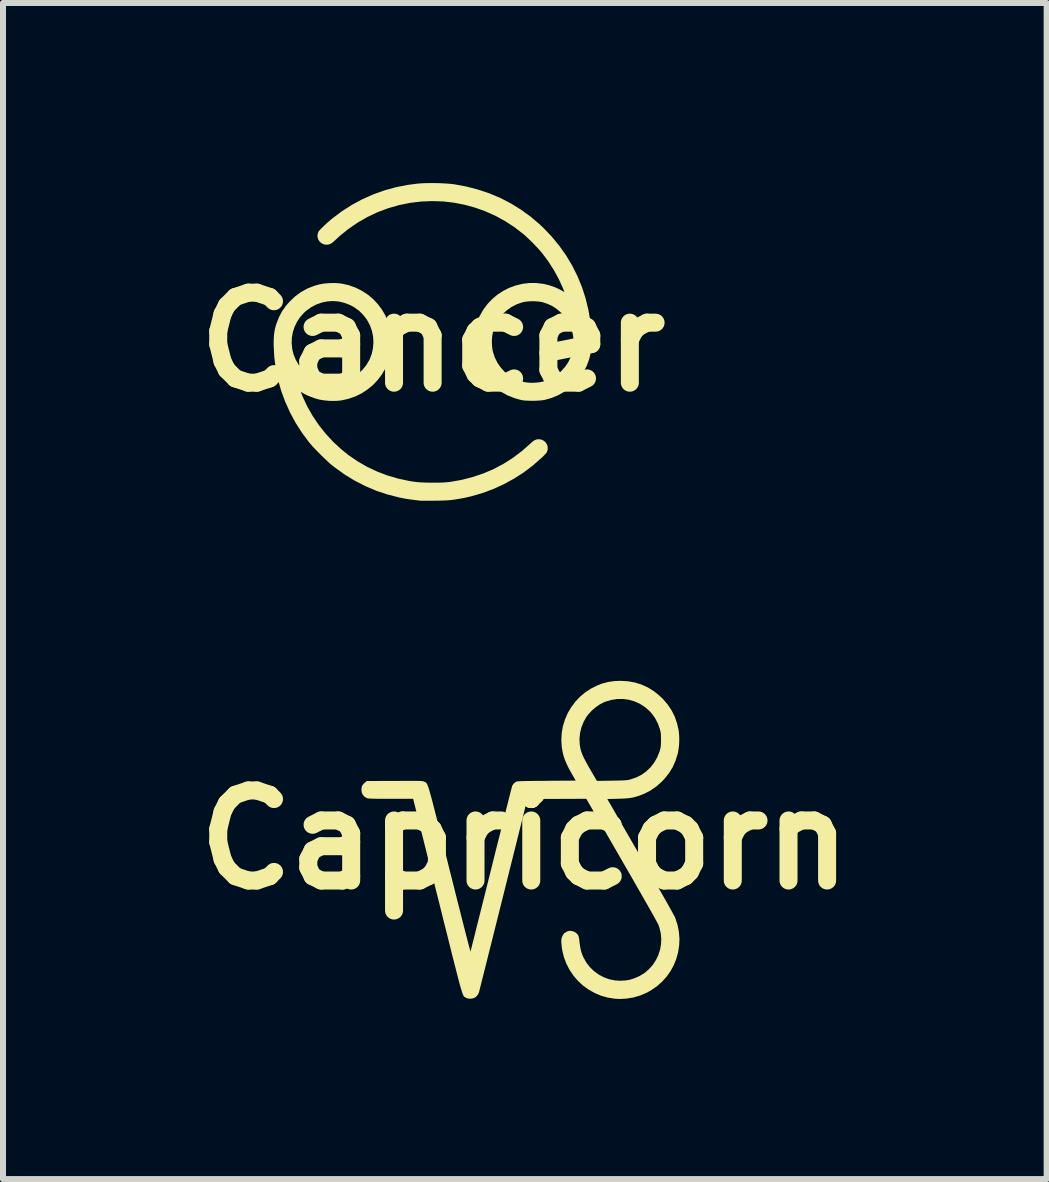
<source format=kicad_pcb>
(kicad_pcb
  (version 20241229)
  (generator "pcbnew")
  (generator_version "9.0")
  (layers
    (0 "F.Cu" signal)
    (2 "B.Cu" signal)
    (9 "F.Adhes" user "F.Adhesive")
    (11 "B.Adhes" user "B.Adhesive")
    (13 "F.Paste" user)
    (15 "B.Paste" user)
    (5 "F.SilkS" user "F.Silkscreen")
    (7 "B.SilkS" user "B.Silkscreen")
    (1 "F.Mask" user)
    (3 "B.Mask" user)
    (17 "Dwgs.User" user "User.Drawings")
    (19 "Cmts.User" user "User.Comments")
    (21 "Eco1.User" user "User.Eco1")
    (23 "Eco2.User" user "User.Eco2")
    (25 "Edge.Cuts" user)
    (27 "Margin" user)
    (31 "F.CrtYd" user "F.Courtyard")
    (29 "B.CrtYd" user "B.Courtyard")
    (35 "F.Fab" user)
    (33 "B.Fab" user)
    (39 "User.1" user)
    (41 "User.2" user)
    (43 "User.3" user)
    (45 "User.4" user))
  (footprint "Capricorn"
    (layer "F.Cu")
    (at 5.693 10.94)
    (property "Reference" "Capricorn" (at 0 0 0) (layer "F.SilkS") (effects (font (size 1.5 1.5) (thickness 0.3))))
    (attr board_only exclude_from_pos_files exclude_from_bom)
    (fp_poly (pts (xy 1.716 -2.641) (xy 1.834 -2.62) (xy 1.946 -2.585) (xy 2.053 -2.536) (xy 2.154 -2.473) (xy 2.248 -2.396) (xy 2.298 -2.349) (xy 2.378 -2.256) (xy 2.445 -2.156) (xy 2.498 -2.05) (xy 2.537 -1.937) (xy 2.563 -1.82) (xy 2.57 -1.751) (xy 2.573 -1.673) (xy 2.57 -1.593) (xy 2.562 -1.516) (xy 2.55 -1.447) (xy 2.547 -1.433) (xy 2.511 -1.318) (xy 2.464 -1.211) (xy 2.403 -1.112) (xy 2.329 -1.019) (xy 2.281 -0.968) (xy 2.19 -0.887) (xy 2.092 -0.82) (xy 1.987 -0.766) (xy 1.907 -0.735) (xy 1.861 -0.721) (xy 1.82 -0.709) (xy 1.779 -0.701) (xy 1.737 -0.694) (xy 1.69 -0.69) (xy 1.635 -0.686) (xy 1.569 -0.684) (xy 1.548 -0.683) (xy 1.374 -0.679) (xy 1.927 0.279) (xy 2.001 0.407) (xy 2.072 0.529) (xy 2.138 0.644) (xy 2.199 0.752) (xy 2.256 0.851) (xy 2.308 0.943) (xy 2.355 1.025) (xy 2.396 1.098) (xy 2.431 1.16) (xy 2.459 1.212) (xy 2.481 1.253) (xy 2.497 1.281) (xy 2.505 1.298) (xy 2.505 1.299) (xy 2.543 1.414) (xy 2.566 1.53) (xy 2.576 1.646) (xy 2.571 1.76) (xy 2.554 1.873) (xy 2.524 1.982) (xy 2.482 2.087) (xy 2.428 2.187) (xy 2.362 2.28) (xy 2.285 2.365) (xy 2.198 2.442) (xy 2.1 2.509) (xy 2.032 2.547) (xy 1.922 2.594) (xy 1.808 2.627) (xy 1.69 2.646) (xy 1.573 2.652) (xy 1.495 2.647) (xy 1.378 2.628) (xy 1.266 2.596) (xy 1.159 2.55) (xy 1.059 2.493) (xy 0.966 2.425) (xy 0.882 2.347) (xy 0.808 2.26) (xy 0.744 2.164) (xy 0.691 2.062) (xy 0.65 1.952) (xy 0.623 1.837) (xy 0.619 1.813) (xy 0.612 1.754) (xy 0.608 1.707) (xy 0.608 1.669) (xy 0.613 1.637) (xy 0.623 1.61) (xy 0.629 1.597) (xy 0.645 1.571) (xy 0.663 1.552) (xy 0.69 1.536) (xy 0.69 1.535) (xy 0.717 1.523) (xy 0.738 1.517) (xy 0.761 1.517) (xy 0.772 1.518) (xy 0.816 1.529) (xy 0.854 1.551) (xy 0.883 1.582) (xy 0.888 1.589) (xy 0.896 1.611) (xy 0.904 1.645) (xy 0.91 1.693) (xy 0.911 1.705) (xy 0.92 1.77) (xy 0.93 1.825) (xy 0.943 1.874) (xy 0.96 1.921) (xy 0.976 1.957) (xy 1.024 2.044) (xy 1.084 2.122) (xy 1.154 2.189) (xy 1.232 2.246) (xy 1.317 2.291) (xy 1.408 2.324) (xy 1.504 2.343) (xy 1.589 2.348) (xy 1.674 2.344) (xy 1.751 2.331) (xy 1.827 2.307) (xy 1.905 2.272) (xy 1.914 2.268) (xy 1.996 2.217) (xy 2.068 2.155) (xy 2.131 2.085) (xy 2.182 2.007) (xy 2.223 1.923) (xy 2.252 1.834) (xy 2.269 1.742) (xy 2.273 1.648) (xy 2.264 1.554) (xy 2.241 1.46) (xy 2.222 1.408) (xy 2.215 1.395) (xy 2.201 1.369) (xy 2.18 1.331) (xy 2.154 1.283) (xy 2.121 1.224) (xy 2.083 1.157) (xy 2.04 1.081) (xy 1.992 0.998) (xy 1.941 0.907) (xy 1.885 0.811) (xy 1.827 0.709) (xy 1.766 0.602) (xy 1.702 0.491) (xy 1.636 0.378) (xy 1.609 0.33) (xy 1.024 -0.683) (xy 0.533 -0.681) (xy 0.042 -0.679) (xy -0.357 0.919) (xy -0.395 1.071) (xy -0.432 1.219) (xy -0.468 1.363) (xy -0.503 1.502) (xy -0.536 1.635) (xy -0.568 1.761) (xy -0.598 1.881) (xy -0.626 1.993) (xy -0.652 2.097) (xy -0.676 2.191) (xy -0.697 2.276) (xy -0.716 2.351) (xy -0.732 2.414) (xy -0.745 2.466) (xy -0.755 2.505) (xy -0.761 2.531) (xy -0.765 2.544) (xy -0.765 2.545) (xy -0.784 2.583) (xy -0.814 2.616) (xy -0.842 2.634) (xy -0.874 2.644) (xy -0.91 2.648) (xy -0.947 2.644) (xy -0.978 2.634) (xy -0.988 2.628) (xy -0.994 2.624) (xy -0.999 2.62) (xy -1.005 2.617) (xy -1.01 2.612) (xy -1.015 2.607) (xy -1.02 2.6) (xy -1.025 2.59) (xy -1.031 2.578) (xy -1.037 2.562) (xy -1.044 2.542) (xy -1.052 2.518) (xy -1.061 2.488) (xy -1.071 2.453) (xy -1.083 2.411) (xy -1.096 2.363) (xy -1.111 2.307) (xy -1.127 2.243) (xy -1.146 2.17) (xy -1.167 2.088) (xy -1.19 1.997) (xy -1.216 1.895) (xy -1.244 1.782) (xy -1.275 1.658) (xy -1.309 1.522) (xy -1.347 1.373) (xy -1.387 1.211) (xy -1.431 1.035) (xy -1.448 0.968) (xy -1.486 0.816) (xy -1.523 0.668) (xy -1.559 0.524) (xy -1.593 0.386) (xy -1.626 0.253) (xy -1.658 0.126) (xy -1.688 0.007) (xy -1.716 -0.105) (xy -1.742 -0.209) (xy -1.765 -0.303) (xy -1.787 -0.388) (xy -1.805 -0.462) (xy -1.821 -0.525) (xy -1.834 -0.577) (xy -1.844 -0.616) (xy -1.85 -0.642) (xy -1.853 -0.654) (xy -1.853 -0.655) (xy -1.861 -0.683) (xy -2.232 -0.683) (xy -2.318 -0.683) (xy -2.391 -0.683) (xy -2.451 -0.683) (xy -2.5 -0.684) (xy -2.538 -0.685) (xy -2.569 -0.686) (xy -2.592 -0.687) (xy -2.609 -0.689) (xy -2.621 -0.691) (xy -2.63 -0.694) (xy -2.631 -0.694) (xy -2.672 -0.718) (xy -2.701 -0.752) (xy -2.718 -0.793) (xy -2.722 -0.842) (xy -2.722 -0.845) (xy -2.717 -0.879) (xy -2.707 -0.906) (xy -2.688 -0.931) (xy -2.66 -0.956) (xy -2.632 -0.979) (xy -2.17 -0.981) (xy -2.075 -0.981) (xy -1.994 -0.982) (xy -1.926 -0.982) (xy -1.869 -0.982) (xy -1.823 -0.982) (xy -1.786 -0.981) (xy -1.756 -0.981) (xy -1.733 -0.979) (xy -1.716 -0.978) (xy -1.703 -0.976) (xy -1.693 -0.974) (xy -1.686 -0.972) (xy -1.679 -0.969) (xy -1.675 -0.967) (xy -1.668 -0.964) (xy -1.661 -0.961) (xy -1.655 -0.958) (xy -1.649 -0.955) (xy -1.643 -0.95) (xy -1.638 -0.943) (xy -1.632 -0.934) (xy -1.625 -0.922) (xy -1.619 -0.906) (xy -1.611 -0.886) (xy -1.602 -0.861) (xy -1.593 -0.83) (xy -1.582 -0.793) (xy -1.57 -0.749) (xy -1.556 -0.698) (xy -1.54 -0.639) (xy -1.523 -0.572) (xy -1.503 -0.495) (xy -1.481 -0.408) (xy -1.456 -0.311) (xy -1.429 -0.203) (xy -1.399 -0.084) (xy -1.366 0.048) (xy -1.33 0.193) (xy -1.29 0.351) (xy -1.257 0.486) (xy -1.221 0.627) (xy -1.187 0.763) (xy -1.154 0.895) (xy -1.122 1.022) (xy -1.091 1.142) (xy -1.063 1.255) (xy -1.036 1.361) (xy -1.011 1.459) (xy -0.988 1.548) (xy -0.968 1.627) (xy -0.95 1.696) (xy -0.935 1.754) (xy -0.922 1.8) (xy -0.913 1.833) (xy -0.908 1.854) (xy -0.905 1.86) (xy -0.905 1.86) (xy -0.903 1.852) (xy -0.897 1.83) (xy -0.888 1.795) (xy -0.876 1.747) (xy -0.861 1.688) (xy -0.843 1.617) (xy -0.823 1.537) (xy -0.801 1.447) (xy -0.776 1.348) (xy -0.749 1.241) (xy -0.72 1.126) (xy -0.69 1.005) (xy -0.658 0.878) (xy -0.625 0.746) (xy -0.591 0.609) (xy -0.559 0.481) (xy -0.524 0.341) (xy -0.49 0.204) (xy -0.457 0.072) (xy -0.425 -0.054) (xy -0.394 -0.175) (xy -0.366 -0.289) (xy -0.339 -0.396) (xy -0.314 -0.494) (xy -0.291 -0.584) (xy -0.271 -0.664) (xy -0.253 -0.734) (xy -0.238 -0.793) (xy -0.226 -0.84) (xy -0.217 -0.874) (xy -0.211 -0.896) (xy -0.209 -0.903) (xy -0.186 -0.935) (xy -0.155 -0.961) (xy -0.146 -0.967) (xy -0.141 -0.969) (xy -0.132 -0.971) (xy -0.12 -0.973) (xy -0.104 -0.975) (xy -0.082 -0.976) (xy -0.052 -0.977) (xy -0.015 -0.978) (xy 0.031 -0.979) (xy 0.088 -0.98) (xy 0.156 -0.981) (xy 0.236 -0.982) (xy 0.33 -0.982) (xy 0.362 -0.983) (xy 0.848 -0.986) (xy 0.779 -1.106) (xy 0.733 -1.189) (xy 0.697 -1.262) (xy 0.668 -1.331) (xy 0.646 -1.396) (xy 0.63 -1.461) (xy 0.618 -1.529) (xy 0.615 -1.547) (xy 0.608 -1.665) (xy 0.609 -1.681) (xy 0.91 -1.681) (xy 0.915 -1.587) (xy 0.922 -1.544) (xy 0.93 -1.503) (xy 0.942 -1.463) (xy 0.958 -1.421) (xy 0.979 -1.374) (xy 1.006 -1.321) (xy 1.039 -1.26) (xy 1.074 -1.198) (xy 1.102 -1.15) (xy 1.128 -1.105) (xy 1.151 -1.066) (xy 1.17 -1.034) (xy 1.183 -1.011) (xy 1.19 -0.999) (xy 1.19 -0.999) (xy 1.202 -0.981) (xy 1.447 -0.985) (xy 1.516 -0.986) (xy 1.571 -0.987) (xy 1.616 -0.988) (xy 1.652 -0.99) (xy 1.681 -0.992) (xy 1.704 -0.994) (xy 1.724 -0.997) (xy 1.742 -1.001) (xy 1.754 -1.004) (xy 1.851 -1.037) (xy 1.941 -1.081) (xy 2.021 -1.138) (xy 2.093 -1.206) (xy 2.154 -1.284) (xy 2.204 -1.371) (xy 2.243 -1.468) (xy 2.248 -1.483) (xy 2.256 -1.511) (xy 2.262 -1.537) (xy 2.265 -1.563) (xy 2.267 -1.593) (xy 2.268 -1.633) (xy 2.269 -1.662) (xy 2.268 -1.709) (xy 2.267 -1.746) (xy 2.265 -1.776) (xy 2.26 -1.802) (xy 2.254 -1.83) (xy 2.252 -1.837) (xy 2.218 -1.934) (xy 2.173 -2.022) (xy 2.115 -2.103) (xy 2.073 -2.149) (xy 1.997 -2.214) (xy 1.914 -2.267) (xy 1.826 -2.306) (xy 1.733 -2.333) (xy 1.637 -2.346) (xy 1.54 -2.345) (xy 1.441 -2.33) (xy 1.344 -2.301) (xy 1.318 -2.291) (xy 1.248 -2.255) (xy 1.18 -2.208) (xy 1.115 -2.152) (xy 1.059 -2.091) (xy 1.025 -2.046) (xy 0.978 -1.961) (xy 0.942 -1.871) (xy 0.92 -1.776) (xy 0.91 -1.681) (xy 0.609 -1.681) (xy 0.615 -1.781) (xy 0.635 -1.895) (xy 0.669 -2.004) (xy 0.714 -2.109) (xy 0.772 -2.207) (xy 0.84 -2.299) (xy 0.918 -2.382) (xy 1.006 -2.456) (xy 1.104 -2.52) (xy 1.209 -2.572) (xy 1.289 -2.603) (xy 1.389 -2.629) (xy 1.494 -2.644) (xy 1.594 -2.648)) (stroke (width 0) (type solid)) (fill yes) (layer "F.SilkS")))
  (footprint "Cancer"
    (layer "F.Cu")
    (at 4.157 2.647)
    (property "Reference" "Cancer" (at 0 0 0) (layer "F.SilkS") (effects (font (size 1.5 1.5) (thickness 0.3))))
    (attr board_only exclude_from_pos_files exclude_from_bom)
    (fp_poly (pts (xy 0.04 -2.647) (xy 0.124 -2.645) (xy 0.204 -2.641) (xy 0.278 -2.636) (xy 0.342 -2.629) (xy 0.36 -2.627) (xy 0.564 -2.589) (xy 0.76 -2.538) (xy 0.948 -2.475) (xy 1.13 -2.398) (xy 1.304 -2.308) (xy 1.471 -2.205) (xy 1.631 -2.089) (xy 1.783 -1.96) (xy 1.846 -1.9) (xy 1.985 -1.755) (xy 2.111 -1.601) (xy 2.225 -1.44) (xy 2.326 -1.271) (xy 2.413 -1.096) (xy 2.488 -0.914) (xy 2.549 -0.725) (xy 2.596 -0.53) (xy 2.63 -0.33) (xy 2.64 -0.241) (xy 2.644 -0.189) (xy 2.647 -0.129) (xy 2.648 -0.066) (xy 2.648 -0.002) (xy 2.646 0.058) (xy 2.643 0.112) (xy 2.639 0.156) (xy 2.636 0.17) (xy 2.609 0.285) (xy 2.568 0.396) (xy 2.514 0.499) (xy 2.449 0.595) (xy 2.373 0.683) (xy 2.287 0.762) (xy 2.192 0.83) (xy 2.089 0.888) (xy 1.979 0.933) (xy 1.87 0.964) (xy 1.834 0.97) (xy 1.786 0.975) (xy 1.731 0.978) (xy 1.673 0.98) (xy 1.616 0.979) (xy 1.563 0.977) (xy 1.519 0.974) (xy 1.501 0.971) (xy 1.466 0.964) (xy 1.423 0.953) (xy 1.38 0.94) (xy 1.36 0.934) (xy 1.245 0.888) (xy 1.139 0.83) (xy 1.042 0.76) (xy 0.955 0.679) (xy 0.878 0.587) (xy 0.811 0.485) (xy 0.776 0.416) (xy 0.732 0.307) (xy 0.702 0.193) (xy 0.686 0.077) (xy 0.685 -0.016) (xy 0.987 -0.016) (xy 0.989 0.06) (xy 0.998 0.132) (xy 1.004 0.16) (xy 1.035 0.256) (xy 1.079 0.345) (xy 1.134 0.425) (xy 1.2 0.497) (xy 1.276 0.558) (xy 1.36 0.609) (xy 1.451 0.647) (xy 1.544 0.671) (xy 1.597 0.678) (xy 1.658 0.68) (xy 1.722 0.677) (xy 1.783 0.671) (xy 1.832 0.661) (xy 1.913 0.636) (xy 1.985 0.603) (xy 2.052 0.562) (xy 2.117 0.51) (xy 2.14 0.488) (xy 2.206 0.415) (xy 2.26 0.336) (xy 2.3 0.251) (xy 2.329 0.162) (xy 2.345 0.071) (xy 2.348 -0.022) (xy 2.339 -0.114) (xy 2.317 -0.204) (xy 2.283 -0.291) (xy 2.236 -0.374) (xy 2.177 -0.45) (xy 2.14 -0.488) (xy 2.069 -0.549) (xy 1.996 -0.597) (xy 1.918 -0.634) (xy 1.831 -0.663) (xy 1.823 -0.665) (xy 1.774 -0.673) (xy 1.716 -0.678) (xy 1.654 -0.679) (xy 1.591 -0.676) (xy 1.534 -0.669) (xy 1.497 -0.661) (xy 1.401 -0.628) (xy 1.312 -0.582) (xy 1.232 -0.525) (xy 1.161 -0.457) (xy 1.101 -0.38) (xy 1.052 -0.294) (xy 1.015 -0.201) (xy 1.004 -0.16) (xy 0.992 -0.092) (xy 0.987 -0.016) (xy 0.685 -0.016) (xy 0.684 -0.04) (xy 0.696 -0.157) (xy 0.722 -0.273) (xy 0.762 -0.385) (xy 0.784 -0.432) (xy 0.842 -0.535) (xy 0.912 -0.63) (xy 0.991 -0.714) (xy 1.079 -0.788) (xy 1.174 -0.85) (xy 1.276 -0.902) (xy 1.384 -0.941) (xy 1.495 -0.968) (xy 1.61 -0.982) (xy 1.726 -0.982) (xy 1.844 -0.968) (xy 1.915 -0.952) (xy 1.972 -0.935) (xy 2.032 -0.914) (xy 2.089 -0.889) (xy 2.138 -0.864) (xy 2.147 -0.859) (xy 2.17 -0.846) (xy 2.187 -0.836) (xy 2.194 -0.833) (xy 2.194 -0.833) (xy 2.193 -0.839) (xy 2.187 -0.856) (xy 2.177 -0.882) (xy 2.167 -0.905) (xy 2.099 -1.053) (xy 2.019 -1.199) (xy 1.928 -1.341) (xy 1.83 -1.473) (xy 1.82 -1.485) (xy 1.787 -1.524) (xy 1.745 -1.57) (xy 1.698 -1.62) (xy 1.648 -1.671) (xy 1.598 -1.719) (xy 1.552 -1.762) (xy 1.515 -1.795) (xy 1.368 -1.909) (xy 1.214 -2.01) (xy 1.052 -2.099) (xy 0.886 -2.174) (xy 0.714 -2.236) (xy 0.538 -2.285) (xy 0.359 -2.32) (xy 0.178 -2.341) (xy -0.005 -2.347) (xy -0.189 -2.34) (xy -0.373 -2.318) (xy -0.556 -2.281) (xy -0.563 -2.279) (xy -0.741 -2.228) (xy -0.915 -2.163) (xy -1.082 -2.084) (xy -1.243 -1.992) (xy -1.396 -1.888) (xy -1.541 -1.771) (xy -1.618 -1.701) (xy -1.654 -1.668) (xy -1.684 -1.645) (xy -1.711 -1.631) (xy -1.737 -1.623) (xy -1.767 -1.62) (xy -1.77 -1.62) (xy -1.815 -1.627) (xy -1.853 -1.646) (xy -1.884 -1.674) (xy -1.906 -1.709) (xy -1.917 -1.749) (xy -1.917 -1.792) (xy -1.903 -1.835) (xy -1.902 -1.838) (xy -1.891 -1.852) (xy -1.871 -1.875) (xy -1.843 -1.903) (xy -1.81 -1.935) (xy -1.773 -1.97) (xy -1.734 -2.004) (xy -1.695 -2.038) (xy -1.671 -2.058) (xy -1.511 -2.178) (xy -1.345 -2.284) (xy -1.171 -2.378) (xy -0.991 -2.458) (xy -0.804 -2.525) (xy -0.612 -2.578) (xy -0.414 -2.617) (xy -0.26 -2.637) (xy -0.198 -2.642) (xy -0.125 -2.646) (xy -0.044 -2.647)) (stroke (width 0) (type solid)) (fill yes) (layer "F.SilkS"))
    (fp_poly (pts (xy -1.603 -0.981) (xy -1.534 -0.975) (xy -1.514 -0.972) (xy -1.396 -0.946) (xy -1.285 -0.906) (xy -1.181 -0.854) (xy -1.084 -0.792) (xy -0.996 -0.719) (xy -0.917 -0.636) (xy -0.848 -0.545) (xy -0.79 -0.447) (xy -0.744 -0.342) (xy -0.71 -0.231) (xy -0.69 -0.116) (xy -0.683 0) (xy -0.69 0.119) (xy -0.711 0.234) (xy -0.745 0.345) (xy -0.792 0.45) (xy -0.85 0.548) (xy -0.919 0.638) (xy -0.998 0.721) (xy -1.087 0.793) (xy -1.183 0.856) (xy -1.288 0.907) (xy -1.399 0.946) (xy -1.514 0.972) (xy -1.58 0.98) (xy -1.655 0.982) (xy -1.734 0.98) (xy -1.81 0.972) (xy -1.879 0.961) (xy -1.897 0.957) (xy -1.953 0.941) (xy -2.012 0.92) (xy -2.069 0.898) (xy -2.12 0.874) (xy -2.154 0.855) (xy -2.174 0.843) (xy -2.189 0.835) (xy -2.194 0.833) (xy -2.193 0.839) (xy -2.186 0.857) (xy -2.176 0.883) (xy -2.164 0.913) (xy -2.088 1.075) (xy -1.998 1.232) (xy -1.897 1.383) (xy -1.783 1.526) (xy -1.659 1.661) (xy -1.525 1.785) (xy -1.403 1.884) (xy -1.252 1.987) (xy -1.093 2.079) (xy -0.926 2.158) (xy -0.752 2.224) (xy -0.57 2.277) (xy -0.383 2.317) (xy -0.319 2.327) (xy -0.263 2.334) (xy -0.195 2.339) (xy -0.119 2.342) (xy -0.039 2.344) (xy 0.043 2.344) (xy 0.122 2.343) (xy 0.195 2.34) (xy 0.258 2.335) (xy 0.293 2.331) (xy 0.485 2.297) (xy 0.67 2.249) (xy 0.848 2.189) (xy 1.019 2.116) (xy 1.182 2.029) (xy 1.338 1.93) (xy 1.486 1.818) (xy 1.608 1.711) (xy 1.645 1.677) (xy 1.675 1.652) (xy 1.701 1.636) (xy 1.725 1.626) (xy 1.749 1.621) (xy 1.77 1.62) (xy 1.815 1.627) (xy 1.853 1.646) (xy 1.884 1.674) (xy 1.906 1.709) (xy 1.917 1.749) (xy 1.917 1.792) (xy 1.903 1.835) (xy 1.902 1.838) (xy 1.893 1.85) (xy 1.875 1.87) (xy 1.85 1.896) (xy 1.822 1.924) (xy 1.815 1.93) (xy 1.672 2.056) (xy 1.519 2.172) (xy 1.357 2.276) (xy 1.187 2.369) (xy 1.011 2.449) (xy 0.83 2.517) (xy 0.646 2.57) (xy 0.533 2.596) (xy 0.465 2.609) (xy 0.406 2.619) (xy 0.352 2.627) (xy 0.299 2.634) (xy 0.245 2.638) (xy 0.186 2.641) (xy 0.119 2.643) (xy 0.04 2.644) (xy 0.034 2.644) (xy -0.023 2.645) (xy -0.077 2.645) (xy -0.124 2.645) (xy -0.163 2.645) (xy -0.192 2.644) (xy -0.209 2.644) (xy -0.21 2.643) (xy -0.282 2.635) (xy -0.343 2.627) (xy -0.395 2.62) (xy -0.441 2.613) (xy -0.484 2.605) (xy -0.528 2.596) (xy -0.554 2.591) (xy -0.747 2.542) (xy -0.935 2.48) (xy -1.117 2.403) (xy -1.293 2.313) (xy -1.464 2.209) (xy -1.63 2.09) (xy -1.671 2.058) (xy -1.707 2.028) (xy -1.751 1.988) (xy -1.799 1.942) (xy -1.851 1.892) (xy -1.902 1.841) (xy -1.952 1.79) (xy -1.997 1.742) (xy -2.034 1.699) (xy -2.057 1.673) (xy -2.176 1.513) (xy -2.283 1.346) (xy -2.376 1.173) (xy -2.456 0.995) (xy -2.523 0.813) (xy -2.576 0.628) (xy -2.614 0.439) (xy -2.638 0.248) (xy -2.648 0.056) (xy -2.648 0.03) (xy -2.648 0.022) (xy -2.348 0.022) (xy -2.339 0.115) (xy -2.317 0.205) (xy -2.282 0.292) (xy -2.235 0.375) (xy -2.176 0.451) (xy -2.14 0.488) (xy -2.061 0.554) (xy -1.975 0.607) (xy -1.882 0.646) (xy -1.786 0.671) (xy -1.733 0.678) (xy -1.672 0.68) (xy -1.607 0.677) (xy -1.545 0.67) (xy -1.497 0.661) (xy -1.404 0.629) (xy -1.317 0.585) (xy -1.237 0.528) (xy -1.165 0.46) (xy -1.104 0.383) (xy -1.053 0.297) (xy -1.045 0.281) (xy -1.013 0.193) (xy -0.993 0.1) (xy -0.986 0.004) (xy -0.992 -0.091) (xy -1.011 -0.185) (xy -1.042 -0.273) (xy -1.046 -0.281) (xy -1.095 -0.372) (xy -1.156 -0.451) (xy -1.226 -0.521) (xy -1.308 -0.579) (xy -1.373 -0.615) (xy -1.467 -0.651) (xy -1.562 -0.674) (xy -1.659 -0.682) (xy -1.754 -0.676) (xy -1.849 -0.656) (xy -1.94 -0.623) (xy -2.027 -0.577) (xy -2.108 -0.518) (xy -2.14 -0.489) (xy -2.206 -0.416) (xy -2.259 -0.336) (xy -2.3 -0.251) (xy -2.329 -0.162) (xy -2.345 -0.07) (xy -2.348 0.022) (xy -2.648 0.022) (xy -2.647 -0.045) (xy -2.643 -0.11) (xy -2.636 -0.167) (xy -2.626 -0.221) (xy -2.611 -0.276) (xy -2.599 -0.313) (xy -2.557 -0.419) (xy -2.505 -0.516) (xy -2.441 -0.606) (xy -2.38 -0.675) (xy -2.291 -0.759) (xy -2.195 -0.83) (xy -2.091 -0.888) (xy -1.98 -0.933) (xy -1.896 -0.957) (xy -1.831 -0.97) (xy -1.757 -0.978) (xy -1.68 -0.982)) (stroke (width 0) (type solid)) (fill yes) (layer "F.SilkS")))
  (gr_rect
    (start -3 -3)
    (end 14.386 16.592)
    (stroke (width 0.1) (type default))
    (fill no)
    (layer "Edge.Cuts")))
</source>
